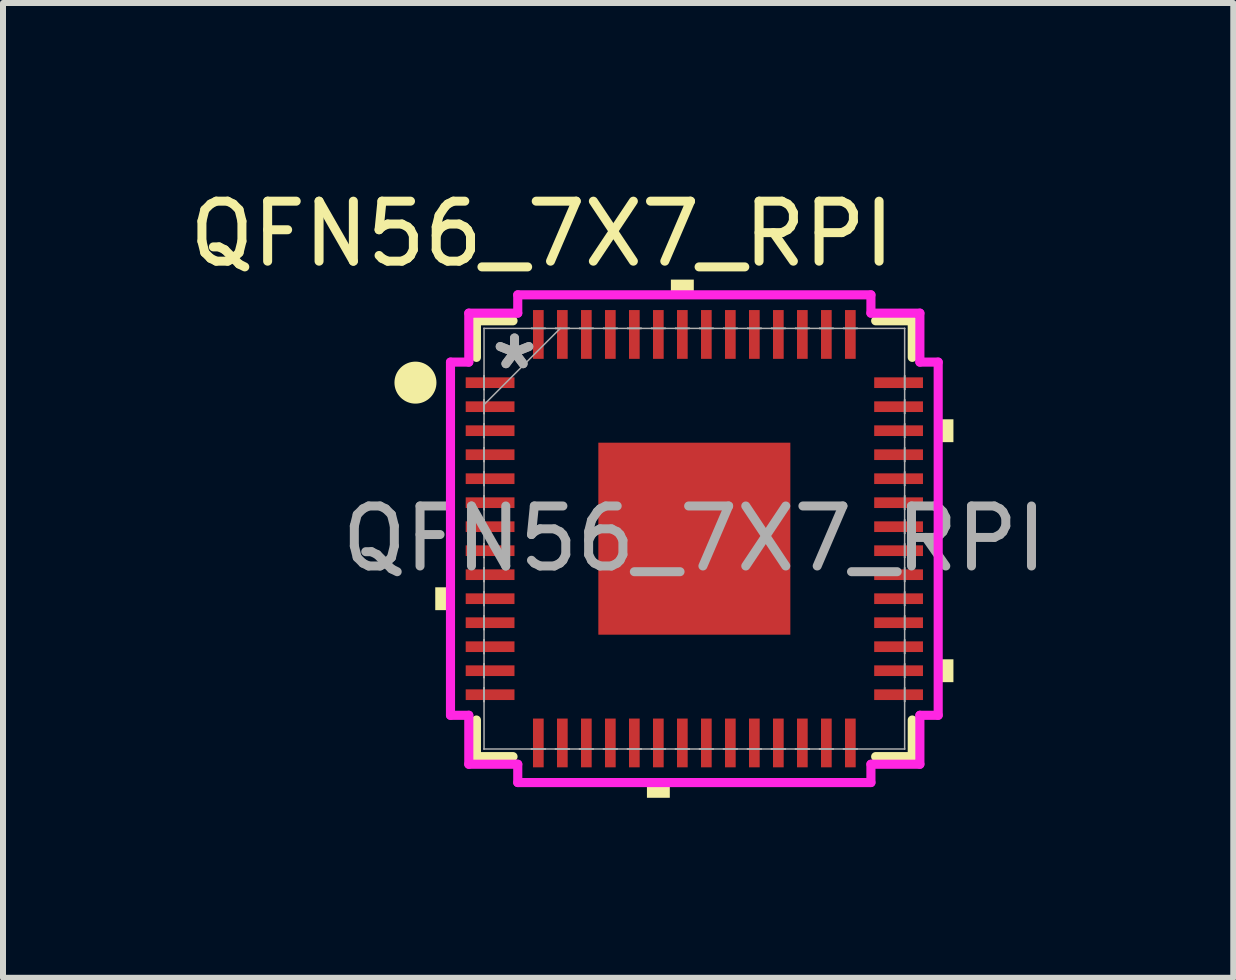
<source format=kicad_pcb>
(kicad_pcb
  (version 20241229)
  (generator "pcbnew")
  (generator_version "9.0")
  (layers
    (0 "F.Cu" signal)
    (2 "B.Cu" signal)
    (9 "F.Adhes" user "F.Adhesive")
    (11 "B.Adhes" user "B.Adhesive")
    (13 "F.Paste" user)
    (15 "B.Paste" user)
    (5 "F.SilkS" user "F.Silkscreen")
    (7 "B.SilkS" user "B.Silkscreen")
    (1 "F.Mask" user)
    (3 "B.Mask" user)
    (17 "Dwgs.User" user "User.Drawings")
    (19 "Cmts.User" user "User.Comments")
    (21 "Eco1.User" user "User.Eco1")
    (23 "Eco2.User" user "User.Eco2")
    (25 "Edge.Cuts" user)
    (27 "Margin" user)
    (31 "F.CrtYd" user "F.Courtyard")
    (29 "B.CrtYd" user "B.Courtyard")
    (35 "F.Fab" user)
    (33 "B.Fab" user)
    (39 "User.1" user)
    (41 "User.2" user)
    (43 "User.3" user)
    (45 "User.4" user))
  (footprint "QFN56_7X7_RPI"
    (layer "F.Cu")
    (at 8.522 5.928)
    (property "Reference" "QFN56_7X7_RPI" (at -2.54 -5.08 0) (unlocked yes) (layer "F.SilkS") (effects (font (size 1 1) (thickness 0.15))))
    (attr smd)
    (fp_line (start -3.632 -3.632) (end -3.632 -3.022) (stroke (width 0.152) (type solid)) (layer "F.SilkS"))
    (fp_line (start -3.632 3.022) (end -3.632 3.632) (stroke (width 0.152) (type solid)) (layer "F.SilkS"))
    (fp_line (start -3.632 3.632) (end -3.022 3.632) (stroke (width 0.152) (type solid)) (layer "F.SilkS"))
    (fp_line (start -3.022 -3.632) (end -3.632 -3.632) (stroke (width 0.152) (type solid)) (layer "F.SilkS"))
    (fp_line (start 3.022 3.632) (end 3.632 3.632) (stroke (width 0.152) (type solid)) (layer "F.SilkS"))
    (fp_line (start 3.632 -3.632) (end 3.022 -3.632) (stroke (width 0.152) (type solid)) (layer "F.SilkS"))
    (fp_line (start 3.632 -3.022) (end 3.632 -3.632) (stroke (width 0.152) (type solid)) (layer "F.SilkS"))
    (fp_line (start 3.632 3.632) (end 3.632 3.022) (stroke (width 0.152) (type solid)) (layer "F.SilkS"))
    (fp_circle (center -4.648 -2.601) (end -4.348 -2.601) (stroke (width 0.1) (type solid)) (fill yes) (layer "F.SilkS"))
    (fp_poly (pts (xy -4.318 0.81) (xy -4.318 1.191) (xy -4.064 1.191) (xy -4.064 0.81)) (stroke (width 0) (type solid)) (fill yes) (layer "F.SilkS"))
    (fp_poly (pts (xy -0.79 4.064) (xy -0.79 4.318) (xy -0.409 4.318) (xy -0.409 4.064)) (stroke (width 0) (type solid)) (fill yes) (layer "F.SilkS"))
    (fp_poly (pts (xy -0.391 -4.064) (xy -0.391 -4.318) (xy -0.009 -4.318) (xy -0.009 -4.064)) (stroke (width 0) (type solid)) (fill yes) (layer "F.SilkS"))
    (fp_poly (pts (xy 4.318 -1.99) (xy 4.318 -1.609) (xy 4.064 -1.609) (xy 4.064 -1.99)) (stroke (width 0) (type solid)) (fill yes) (layer "F.SilkS"))
    (fp_poly (pts (xy 4.318 2.01) (xy 4.318 2.391) (xy 4.064 2.391) (xy 4.064 2.01)) (stroke (width 0) (type solid)) (fill yes) (layer "F.SilkS"))
    (fp_poly (pts (xy -1.5 -1.5) (xy -1.5 -0.1) (xy -0.1 -0.1) (xy -0.1 -1.5)) (stroke (width 0) (type solid)) (fill yes) (layer "F.Paste"))
    (fp_poly (pts (xy -1.5 0.1) (xy -1.5 1.5) (xy -0.1 1.5) (xy -0.1 0.1)) (stroke (width 0) (type solid)) (fill yes) (layer "F.Paste"))
    (fp_poly (pts (xy 0.1 -1.5) (xy 0.1 -0.1) (xy 1.5 -0.1) (xy 1.5 -1.5)) (stroke (width 0) (type solid)) (fill yes) (layer "F.Paste"))
    (fp_poly (pts (xy 0.1 0.1) (xy 0.1 1.5) (xy 1.5 1.5) (xy 1.5 0.1)) (stroke (width 0) (type solid)) (fill yes) (layer "F.Paste"))
    (fp_line (start -4.064 -2.943) (end -3.759 -2.943) (stroke (width 0.152) (type solid)) (layer "F.CrtYd"))
    (fp_line (start -4.064 2.943) (end -4.064 -2.943) (stroke (width 0.152) (type solid)) (layer "F.CrtYd"))
    (fp_line (start -3.759 -3.759) (end -2.943 -3.759) (stroke (width 0.152) (type solid)) (layer "F.CrtYd"))
    (fp_line (start -3.759 -2.943) (end -3.759 -3.759) (stroke (width 0.152) (type solid)) (layer "F.CrtYd"))
    (fp_line (start -3.759 2.943) (end -4.064 2.943) (stroke (width 0.152) (type solid)) (layer "F.CrtYd"))
    (fp_line (start -3.759 3.759) (end -3.759 2.943) (stroke (width 0.152) (type solid)) (layer "F.CrtYd"))
    (fp_line (start -2.943 -4.064) (end 2.943 -4.064) (stroke (width 0.152) (type solid)) (layer "F.CrtYd"))
    (fp_line (start -2.943 -3.759) (end -2.943 -4.064) (stroke (width 0.152) (type solid)) (layer "F.CrtYd"))
    (fp_line (start -2.943 3.759) (end -3.759 3.759) (stroke (width 0.152) (type solid)) (layer "F.CrtYd"))
    (fp_line (start -2.943 4.064) (end -2.943 3.759) (stroke (width 0.152) (type solid)) (layer "F.CrtYd"))
    (fp_line (start 2.943 -4.064) (end 2.943 -3.759) (stroke (width 0.152) (type solid)) (layer "F.CrtYd"))
    (fp_line (start 2.943 -3.759) (end 3.759 -3.759) (stroke (width 0.152) (type solid)) (layer "F.CrtYd"))
    (fp_line (start 2.943 3.759) (end 2.943 4.064) (stroke (width 0.152) (type solid)) (layer "F.CrtYd"))
    (fp_line (start 2.943 4.064) (end -2.943 4.064) (stroke (width 0.152) (type solid)) (layer "F.CrtYd"))
    (fp_line (start 3.759 -3.759) (end 3.759 -2.943) (stroke (width 0.152) (type solid)) (layer "F.CrtYd"))
    (fp_line (start 3.759 -2.943) (end 4.064 -2.943) (stroke (width 0.152) (type solid)) (layer "F.CrtYd"))
    (fp_line (start 3.759 2.943) (end 3.759 3.759) (stroke (width 0.152) (type solid)) (layer "F.CrtYd"))
    (fp_line (start 3.759 3.759) (end 2.943 3.759) (stroke (width 0.152) (type solid)) (layer "F.CrtYd"))
    (fp_line (start 4.064 -2.943) (end 4.064 2.943) (stroke (width 0.152) (type solid)) (layer "F.CrtYd"))
    (fp_line (start 4.064 2.943) (end 3.759 2.943) (stroke (width 0.152) (type solid)) (layer "F.CrtYd"))
    (fp_line (start -3.505 -3.505) (end -3.505 -3.505) (stroke (width 0.025) (type solid)) (layer "F.Fab"))
    (fp_line (start -3.505 -3.505) (end -3.505 3.505) (stroke (width 0.025) (type solid)) (layer "F.Fab"))
    (fp_line (start -3.505 -2.714) (end -3.505 -2.714) (stroke (width 0.025) (type solid)) (layer "F.Fab"))
    (fp_line (start -3.505 -2.714) (end -3.505 -2.486) (stroke (width 0.025) (type solid)) (layer "F.Fab"))
    (fp_line (start -3.505 -2.486) (end -3.505 -2.714) (stroke (width 0.025) (type solid)) (layer "F.Fab"))
    (fp_line (start -3.505 -2.486) (end -3.505 -2.486) (stroke (width 0.025) (type solid)) (layer "F.Fab"))
    (fp_line (start -3.505 -2.314) (end -3.505 -2.314) (stroke (width 0.025) (type solid)) (layer "F.Fab"))
    (fp_line (start -3.505 -2.314) (end -3.505 -2.086) (stroke (width 0.025) (type solid)) (layer "F.Fab"))
    (fp_line (start -3.505 -2.235) (end -2.235 -3.505) (stroke (width 0.025) (type solid)) (layer "F.Fab"))
    (fp_line (start -3.505 -2.086) (end -3.505 -2.314) (stroke (width 0.025) (type solid)) (layer "F.Fab"))
    (fp_line (start -3.505 -2.086) (end -3.505 -2.086) (stroke (width 0.025) (type solid)) (layer "F.Fab"))
    (fp_line (start -3.505 -1.914) (end -3.505 -1.914) (stroke (width 0.025) (type solid)) (layer "F.Fab"))
    (fp_line (start -3.505 -1.914) (end -3.505 -1.686) (stroke (width 0.025) (type solid)) (layer "F.Fab"))
    (fp_line (start -3.505 -1.686) (end -3.505 -1.914) (stroke (width 0.025) (type solid)) (layer "F.Fab"))
    (fp_line (start -3.505 -1.686) (end -3.505 -1.686) (stroke (width 0.025) (type solid)) (layer "F.Fab"))
    (fp_line (start -3.505 -1.514) (end -3.505 -1.514) (stroke (width 0.025) (type solid)) (layer "F.Fab"))
    (fp_line (start -3.505 -1.514) (end -3.505 -1.286) (stroke (width 0.025) (type solid)) (layer "F.Fab"))
    (fp_line (start -3.505 -1.286) (end -3.505 -1.514) (stroke (width 0.025) (type solid)) (layer "F.Fab"))
    (fp_line (start -3.505 -1.286) (end -3.505 -1.286) (stroke (width 0.025) (type solid)) (layer "F.Fab"))
    (fp_line (start -3.505 -1.114) (end -3.505 -1.114) (stroke (width 0.025) (type solid)) (layer "F.Fab"))
    (fp_line (start -3.505 -1.114) (end -3.505 -0.886) (stroke (width 0.025) (type solid)) (layer "F.Fab"))
    (fp_line (start -3.505 -0.886) (end -3.505 -1.114) (stroke (width 0.025) (type solid)) (layer "F.Fab"))
    (fp_line (start -3.505 -0.886) (end -3.505 -0.886) (stroke (width 0.025) (type solid)) (layer "F.Fab"))
    (fp_line (start -3.505 -0.714) (end -3.505 -0.714) (stroke (width 0.025) (type solid)) (layer "F.Fab"))
    (fp_line (start -3.505 -0.714) (end -3.505 -0.486) (stroke (width 0.025) (type solid)) (layer "F.Fab"))
    (fp_line (start -3.505 -0.486) (end -3.505 -0.714) (stroke (width 0.025) (type solid)) (layer "F.Fab"))
    (fp_line (start -3.505 -0.486) (end -3.505 -0.486) (stroke (width 0.025) (type solid)) (layer "F.Fab"))
    (fp_line (start -3.505 -0.314) (end -3.505 -0.314) (stroke (width 0.025) (type solid)) (layer "F.Fab"))
    (fp_line (start -3.505 -0.314) (end -3.505 -0.086) (stroke (width 0.025) (type solid)) (layer "F.Fab"))
    (fp_line (start -3.505 -0.086) (end -3.505 -0.314) (stroke (width 0.025) (type solid)) (layer "F.Fab"))
    (fp_line (start -3.505 -0.086) (end -3.505 -0.086) (stroke (width 0.025) (type solid)) (layer "F.Fab"))
    (fp_line (start -3.505 0.086) (end -3.505 0.086) (stroke (width 0.025) (type solid)) (layer "F.Fab"))
    (fp_line (start -3.505 0.086) (end -3.505 0.314) (stroke (width 0.025) (type solid)) (layer "F.Fab"))
    (fp_line (start -3.505 0.314) (end -3.505 0.086) (stroke (width 0.025) (type solid)) (layer "F.Fab"))
    (fp_line (start -3.505 0.314) (end -3.505 0.314) (stroke (width 0.025) (type solid)) (layer "F.Fab"))
    (fp_line (start -3.505 0.486) (end -3.505 0.486) (stroke (width 0.025) (type solid)) (layer "F.Fab"))
    (fp_line (start -3.505 0.486) (end -3.505 0.714) (stroke (width 0.025) (type solid)) (layer "F.Fab"))
    (fp_line (start -3.505 0.714) (end -3.505 0.486) (stroke (width 0.025) (type solid)) (layer "F.Fab"))
    (fp_line (start -3.505 0.714) (end -3.505 0.714) (stroke (width 0.025) (type solid)) (layer "F.Fab"))
    (fp_line (start -3.505 0.886) (end -3.505 0.886) (stroke (width 0.025) (type solid)) (layer "F.Fab"))
    (fp_line (start -3.505 0.886) (end -3.505 1.114) (stroke (width 0.025) (type solid)) (layer "F.Fab"))
    (fp_line (start -3.505 1.114) (end -3.505 0.886) (stroke (width 0.025) (type solid)) (layer "F.Fab"))
    (fp_line (start -3.505 1.114) (end -3.505 1.114) (stroke (width 0.025) (type solid)) (layer "F.Fab"))
    (fp_line (start -3.505 1.286) (end -3.505 1.286) (stroke (width 0.025) (type solid)) (layer "F.Fab"))
    (fp_line (start -3.505 1.286) (end -3.505 1.514) (stroke (width 0.025) (type solid)) (layer "F.Fab"))
    (fp_line (start -3.505 1.514) (end -3.505 1.286) (stroke (width 0.025) (type solid)) (layer "F.Fab"))
    (fp_line (start -3.505 1.514) (end -3.505 1.514) (stroke (width 0.025) (type solid)) (layer "F.Fab"))
    (fp_line (start -3.505 1.686) (end -3.505 1.686) (stroke (width 0.025) (type solid)) (layer "F.Fab"))
    (fp_line (start -3.505 1.686) (end -3.505 1.914) (stroke (width 0.025) (type solid)) (layer "F.Fab"))
    (fp_line (start -3.505 1.914) (end -3.505 1.686) (stroke (width 0.025) (type solid)) (layer "F.Fab"))
    (fp_line (start -3.505 1.914) (end -3.505 1.914) (stroke (width 0.025) (type solid)) (layer "F.Fab"))
    (fp_line (start -3.505 2.086) (end -3.505 2.086) (stroke (width 0.025) (type solid)) (layer "F.Fab"))
    (fp_line (start -3.505 2.086) (end -3.505 2.314) (stroke (width 0.025) (type solid)) (layer "F.Fab"))
    (fp_line (start -3.505 2.314) (end -3.505 2.086) (stroke (width 0.025) (type solid)) (layer "F.Fab"))
    (fp_line (start -3.505 2.314) (end -3.505 2.314) (stroke (width 0.025) (type solid)) (layer "F.Fab"))
    (fp_line (start -3.505 2.486) (end -3.505 2.486) (stroke (width 0.025) (type solid)) (layer "F.Fab"))
    (fp_line (start -3.505 2.486) (end -3.505 2.714) (stroke (width 0.025) (type solid)) (layer "F.Fab"))
    (fp_line (start -3.505 2.714) (end -3.505 2.486) (stroke (width 0.025) (type solid)) (layer "F.Fab"))
    (fp_line (start -3.505 2.714) (end -3.505 2.714) (stroke (width 0.025) (type solid)) (layer "F.Fab"))
    (fp_line (start -3.505 3.505) (end -3.505 3.505) (stroke (width 0.025) (type solid)) (layer "F.Fab"))
    (fp_line (start -3.505 3.505) (end 3.505 3.505) (stroke (width 0.025) (type solid)) (layer "F.Fab"))
    (fp_line (start -2.714 -3.505) (end -2.714 -3.505) (stroke (width 0.025) (type solid)) (layer "F.Fab"))
    (fp_line (start -2.714 -3.505) (end -2.486 -3.505) (stroke (width 0.025) (type solid)) (layer "F.Fab"))
    (fp_line (start -2.714 3.505) (end -2.714 3.505) (stroke (width 0.025) (type solid)) (layer "F.Fab"))
    (fp_line (start -2.714 3.505) (end -2.486 3.505) (stroke (width 0.025) (type solid)) (layer "F.Fab"))
    (fp_line (start -2.486 -3.505) (end -2.714 -3.505) (stroke (width 0.025) (type solid)) (layer "F.Fab"))
    (fp_line (start -2.486 -3.505) (end -2.486 -3.505) (stroke (width 0.025) (type solid)) (layer "F.Fab"))
    (fp_line (start -2.486 3.505) (end -2.714 3.505) (stroke (width 0.025) (type solid)) (layer "F.Fab"))
    (fp_line (start -2.486 3.505) (end -2.486 3.505) (stroke (width 0.025) (type solid)) (layer "F.Fab"))
    (fp_line (start -2.314 -3.505) (end -2.314 -3.505) (stroke (width 0.025) (type solid)) (layer "F.Fab"))
    (fp_line (start -2.314 -3.505) (end -2.086 -3.505) (stroke (width 0.025) (type solid)) (layer "F.Fab"))
    (fp_line (start -2.314 3.505) (end -2.314 3.505) (stroke (width 0.025) (type solid)) (layer "F.Fab"))
    (fp_line (start -2.314 3.505) (end -2.086 3.505) (stroke (width 0.025) (type solid)) (layer "F.Fab"))
    (fp_line (start -2.086 -3.505) (end -2.314 -3.505) (stroke (width 0.025) (type solid)) (layer "F.Fab"))
    (fp_line (start -2.086 -3.505) (end -2.086 -3.505) (stroke (width 0.025) (type solid)) (layer "F.Fab"))
    (fp_line (start -2.086 3.505) (end -2.314 3.505) (stroke (width 0.025) (type solid)) (layer "F.Fab"))
    (fp_line (start -2.086 3.505) (end -2.086 3.505) (stroke (width 0.025) (type solid)) (layer "F.Fab"))
    (fp_line (start -1.914 -3.505) (end -1.914 -3.505) (stroke (width 0.025) (type solid)) (layer "F.Fab"))
    (fp_line (start -1.914 -3.505) (end -1.686 -3.505) (stroke (width 0.025) (type solid)) (layer "F.Fab"))
    (fp_line (start -1.914 3.505) (end -1.914 3.505) (stroke (width 0.025) (type solid)) (layer "F.Fab"))
    (fp_line (start -1.914 3.505) (end -1.686 3.505) (stroke (width 0.025) (type solid)) (layer "F.Fab"))
    (fp_line (start -1.686 -3.505) (end -1.914 -3.505) (stroke (width 0.025) (type solid)) (layer "F.Fab"))
    (fp_line (start -1.686 -3.505) (end -1.686 -3.505) (stroke (width 0.025) (type solid)) (layer "F.Fab"))
    (fp_line (start -1.686 3.505) (end -1.914 3.505) (stroke (width 0.025) (type solid)) (layer "F.Fab"))
    (fp_line (start -1.686 3.505) (end -1.686 3.505) (stroke (width 0.025) (type solid)) (layer "F.Fab"))
    (fp_line (start -1.514 -3.505) (end -1.514 -3.505) (stroke (width 0.025) (type solid)) (layer "F.Fab"))
    (fp_line (start -1.514 -3.505) (end -1.286 -3.505) (stroke (width 0.025) (type solid)) (layer "F.Fab"))
    (fp_line (start -1.514 3.505) (end -1.514 3.505) (stroke (width 0.025) (type solid)) (layer "F.Fab"))
    (fp_line (start -1.514 3.505) (end -1.286 3.505) (stroke (width 0.025) (type solid)) (layer "F.Fab"))
    (fp_line (start -1.286 -3.505) (end -1.514 -3.505) (stroke (width 0.025) (type solid)) (layer "F.Fab"))
    (fp_line (start -1.286 -3.505) (end -1.286 -3.505) (stroke (width 0.025) (type solid)) (layer "F.Fab"))
    (fp_line (start -1.286 3.505) (end -1.514 3.505) (stroke (width 0.025) (type solid)) (layer "F.Fab"))
    (fp_line (start -1.286 3.505) (end -1.286 3.505) (stroke (width 0.025) (type solid)) (layer "F.Fab"))
    (fp_line (start -1.114 -3.505) (end -1.114 -3.505) (stroke (width 0.025) (type solid)) (layer "F.Fab"))
    (fp_line (start -1.114 -3.505) (end -0.886 -3.505) (stroke (width 0.025) (type solid)) (layer "F.Fab"))
    (fp_line (start -1.114 3.505) (end -1.114 3.505) (stroke (width 0.025) (type solid)) (layer "F.Fab"))
    (fp_line (start -1.114 3.505) (end -0.886 3.505) (stroke (width 0.025) (type solid)) (layer "F.Fab"))
    (fp_line (start -0.886 -3.505) (end -1.114 -3.505) (stroke (width 0.025) (type solid)) (layer "F.Fab"))
    (fp_line (start -0.886 -3.505) (end -0.886 -3.505) (stroke (width 0.025) (type solid)) (layer "F.Fab"))
    (fp_line (start -0.886 3.505) (end -1.114 3.505) (stroke (width 0.025) (type solid)) (layer "F.Fab"))
    (fp_line (start -0.886 3.505) (end -0.886 3.505) (stroke (width 0.025) (type solid)) (layer "F.Fab"))
    (fp_line (start -0.714 -3.505) (end -0.714 -3.505) (stroke (width 0.025) (type solid)) (layer "F.Fab"))
    (fp_line (start -0.714 -3.505) (end -0.486 -3.505) (stroke (width 0.025) (type solid)) (layer "F.Fab"))
    (fp_line (start -0.714 3.505) (end -0.714 3.505) (stroke (width 0.025) (type solid)) (layer "F.Fab"))
    (fp_line (start -0.714 3.505) (end -0.486 3.505) (stroke (width 0.025) (type solid)) (layer "F.Fab"))
    (fp_line (start -0.486 -3.505) (end -0.714 -3.505) (stroke (width 0.025) (type solid)) (layer "F.Fab"))
    (fp_line (start -0.486 -3.505) (end -0.486 -3.505) (stroke (width 0.025) (type solid)) (layer "F.Fab"))
    (fp_line (start -0.486 3.505) (end -0.714 3.505) (stroke (width 0.025) (type solid)) (layer "F.Fab"))
    (fp_line (start -0.486 3.505) (end -0.486 3.505) (stroke (width 0.025) (type solid)) (layer "F.Fab"))
    (fp_line (start -0.314 -3.505) (end -0.314 -3.505) (stroke (width 0.025) (type solid)) (layer "F.Fab"))
    (fp_line (start -0.314 -3.505) (end -0.086 -3.505) (stroke (width 0.025) (type solid)) (layer "F.Fab"))
    (fp_line (start -0.314 3.505) (end -0.314 3.505) (stroke (width 0.025) (type solid)) (layer "F.Fab"))
    (fp_line (start -0.314 3.505) (end -0.086 3.505) (stroke (width 0.025) (type solid)) (layer "F.Fab"))
    (fp_line (start -0.086 -3.505) (end -0.314 -3.505) (stroke (width 0.025) (type solid)) (layer "F.Fab"))
    (fp_line (start -0.086 -3.505) (end -0.086 -3.505) (stroke (width 0.025) (type solid)) (layer "F.Fab"))
    (fp_line (start -0.086 3.505) (end -0.314 3.505) (stroke (width 0.025) (type solid)) (layer "F.Fab"))
    (fp_line (start -0.086 3.505) (end -0.086 3.505) (stroke (width 0.025) (type solid)) (layer "F.Fab"))
    (fp_line (start 0.086 -3.505) (end 0.086 -3.505) (stroke (width 0.025) (type solid)) (layer "F.Fab"))
    (fp_line (start 0.086 -3.505) (end 0.314 -3.505) (stroke (width 0.025) (type solid)) (layer "F.Fab"))
    (fp_line (start 0.086 3.505) (end 0.086 3.505) (stroke (width 0.025) (type solid)) (layer "F.Fab"))
    (fp_line (start 0.086 3.505) (end 0.314 3.505) (stroke (width 0.025) (type solid)) (layer "F.Fab"))
    (fp_line (start 0.314 -3.505) (end 0.086 -3.505) (stroke (width 0.025) (type solid)) (layer "F.Fab"))
    (fp_line (start 0.314 -3.505) (end 0.314 -3.505) (stroke (width 0.025) (type solid)) (layer "F.Fab"))
    (fp_line (start 0.314 3.505) (end 0.086 3.505) (stroke (width 0.025) (type solid)) (layer "F.Fab"))
    (fp_line (start 0.314 3.505) (end 0.314 3.505) (stroke (width 0.025) (type solid)) (layer "F.Fab"))
    (fp_line (start 0.486 -3.505) (end 0.486 -3.505) (stroke (width 0.025) (type solid)) (layer "F.Fab"))
    (fp_line (start 0.486 -3.505) (end 0.714 -3.505) (stroke (width 0.025) (type solid)) (layer "F.Fab"))
    (fp_line (start 0.486 3.505) (end 0.486 3.505) (stroke (width 0.025) (type solid)) (layer "F.Fab"))
    (fp_line (start 0.486 3.505) (end 0.714 3.505) (stroke (width 0.025) (type solid)) (layer "F.Fab"))
    (fp_line (start 0.714 -3.505) (end 0.486 -3.505) (stroke (width 0.025) (type solid)) (layer "F.Fab"))
    (fp_line (start 0.714 -3.505) (end 0.714 -3.505) (stroke (width 0.025) (type solid)) (layer "F.Fab"))
    (fp_line (start 0.714 3.505) (end 0.486 3.505) (stroke (width 0.025) (type solid)) (layer "F.Fab"))
    (fp_line (start 0.714 3.505) (end 0.714 3.505) (stroke (width 0.025) (type solid)) (layer "F.Fab"))
    (fp_line (start 0.886 -3.505) (end 0.886 -3.505) (stroke (width 0.025) (type solid)) (layer "F.Fab"))
    (fp_line (start 0.886 -3.505) (end 1.114 -3.505) (stroke (width 0.025) (type solid)) (layer "F.Fab"))
    (fp_line (start 0.886 3.505) (end 0.886 3.505) (stroke (width 0.025) (type solid)) (layer "F.Fab"))
    (fp_line (start 0.886 3.505) (end 1.114 3.505) (stroke (width 0.025) (type solid)) (layer "F.Fab"))
    (fp_line (start 1.114 -3.505) (end 0.886 -3.505) (stroke (width 0.025) (type solid)) (layer "F.Fab"))
    (fp_line (start 1.114 -3.505) (end 1.114 -3.505) (stroke (width 0.025) (type solid)) (layer "F.Fab"))
    (fp_line (start 1.114 3.505) (end 0.886 3.505) (stroke (width 0.025) (type solid)) (layer "F.Fab"))
    (fp_line (start 1.114 3.505) (end 1.114 3.505) (stroke (width 0.025) (type solid)) (layer "F.Fab"))
    (fp_line (start 1.286 -3.505) (end 1.286 -3.505) (stroke (width 0.025) (type solid)) (layer "F.Fab"))
    (fp_line (start 1.286 -3.505) (end 1.514 -3.505) (stroke (width 0.025) (type solid)) (layer "F.Fab"))
    (fp_line (start 1.286 3.505) (end 1.286 3.505) (stroke (width 0.025) (type solid)) (layer "F.Fab"))
    (fp_line (start 1.286 3.505) (end 1.514 3.505) (stroke (width 0.025) (type solid)) (layer "F.Fab"))
    (fp_line (start 1.514 -3.505) (end 1.286 -3.505) (stroke (width 0.025) (type solid)) (layer "F.Fab"))
    (fp_line (start 1.514 -3.505) (end 1.514 -3.505) (stroke (width 0.025) (type solid)) (layer "F.Fab"))
    (fp_line (start 1.514 3.505) (end 1.286 3.505) (stroke (width 0.025) (type solid)) (layer "F.Fab"))
    (fp_line (start 1.514 3.505) (end 1.514 3.505) (stroke (width 0.025) (type solid)) (layer "F.Fab"))
    (fp_line (start 1.686 -3.505) (end 1.686 -3.505) (stroke (width 0.025) (type solid)) (layer "F.Fab"))
    (fp_line (start 1.686 -3.505) (end 1.914 -3.505) (stroke (width 0.025) (type solid)) (layer "F.Fab"))
    (fp_line (start 1.686 3.505) (end 1.686 3.505) (stroke (width 0.025) (type solid)) (layer "F.Fab"))
    (fp_line (start 1.686 3.505) (end 1.914 3.505) (stroke (width 0.025) (type solid)) (layer "F.Fab"))
    (fp_line (start 1.914 -3.505) (end 1.686 -3.505) (stroke (width 0.025) (type solid)) (layer "F.Fab"))
    (fp_line (start 1.914 -3.505) (end 1.914 -3.505) (stroke (width 0.025) (type solid)) (layer "F.Fab"))
    (fp_line (start 1.914 3.505) (end 1.686 3.505) (stroke (width 0.025) (type solid)) (layer "F.Fab"))
    (fp_line (start 1.914 3.505) (end 1.914 3.505) (stroke (width 0.025) (type solid)) (layer "F.Fab"))
    (fp_line (start 2.086 -3.505) (end 2.086 -3.505) (stroke (width 0.025) (type solid)) (layer "F.Fab"))
    (fp_line (start 2.086 -3.505) (end 2.314 -3.505) (stroke (width 0.025) (type solid)) (layer "F.Fab"))
    (fp_line (start 2.086 3.505) (end 2.086 3.505) (stroke (width 0.025) (type solid)) (layer "F.Fab"))
    (fp_line (start 2.086 3.505) (end 2.314 3.505) (stroke (width 0.025) (type solid)) (layer "F.Fab"))
    (fp_line (start 2.314 -3.505) (end 2.086 -3.505) (stroke (width 0.025) (type solid)) (layer "F.Fab"))
    (fp_line (start 2.314 -3.505) (end 2.314 -3.505) (stroke (width 0.025) (type solid)) (layer "F.Fab"))
    (fp_line (start 2.314 3.505) (end 2.086 3.505) (stroke (width 0.025) (type solid)) (layer "F.Fab"))
    (fp_line (start 2.314 3.505) (end 2.314 3.505) (stroke (width 0.025) (type solid)) (layer "F.Fab"))
    (fp_line (start 2.486 -3.505) (end 2.486 -3.505) (stroke (width 0.025) (type solid)) (layer "F.Fab"))
    (fp_line (start 2.486 -3.505) (end 2.714 -3.505) (stroke (width 0.025) (type solid)) (layer "F.Fab"))
    (fp_line (start 2.486 3.505) (end 2.486 3.505) (stroke (width 0.025) (type solid)) (layer "F.Fab"))
    (fp_line (start 2.486 3.505) (end 2.714 3.505) (stroke (width 0.025) (type solid)) (layer "F.Fab"))
    (fp_line (start 2.714 -3.505) (end 2.486 -3.505) (stroke (width 0.025) (type solid)) (layer "F.Fab"))
    (fp_line (start 2.714 -3.505) (end 2.714 -3.505) (stroke (width 0.025) (type solid)) (layer "F.Fab"))
    (fp_line (start 2.714 3.505) (end 2.486 3.505) (stroke (width 0.025) (type solid)) (layer "F.Fab"))
    (fp_line (start 2.714 3.505) (end 2.714 3.505) (stroke (width 0.025) (type solid)) (layer "F.Fab"))
    (fp_line (start 3.505 -3.505) (end -3.505 -3.505) (stroke (width 0.025) (type solid)) (layer "F.Fab"))
    (fp_line (start 3.505 -3.505) (end 3.505 -3.505) (stroke (width 0.025) (type solid)) (layer "F.Fab"))
    (fp_line (start 3.505 -2.714) (end 3.505 -2.714) (stroke (width 0.025) (type solid)) (layer "F.Fab"))
    (fp_line (start 3.505 -2.714) (end 3.505 -2.486) (stroke (width 0.025) (type solid)) (layer "F.Fab"))
    (fp_line (start 3.505 -2.486) (end 3.505 -2.714) (stroke (width 0.025) (type solid)) (layer "F.Fab"))
    (fp_line (start 3.505 -2.486) (end 3.505 -2.486) (stroke (width 0.025) (type solid)) (layer "F.Fab"))
    (fp_line (start 3.505 -2.314) (end 3.505 -2.314) (stroke (width 0.025) (type solid)) (layer "F.Fab"))
    (fp_line (start 3.505 -2.314) (end 3.505 -2.086) (stroke (width 0.025) (type solid)) (layer "F.Fab"))
    (fp_line (start 3.505 -2.086) (end 3.505 -2.314) (stroke (width 0.025) (type solid)) (layer "F.Fab"))
    (fp_line (start 3.505 -2.086) (end 3.505 -2.086) (stroke (width 0.025) (type solid)) (layer "F.Fab"))
    (fp_line (start 3.505 -1.914) (end 3.505 -1.914) (stroke (width 0.025) (type solid)) (layer "F.Fab"))
    (fp_line (start 3.505 -1.914) (end 3.505 -1.686) (stroke (width 0.025) (type solid)) (layer "F.Fab"))
    (fp_line (start 3.505 -1.686) (end 3.505 -1.914) (stroke (width 0.025) (type solid)) (layer "F.Fab"))
    (fp_line (start 3.505 -1.686) (end 3.505 -1.686) (stroke (width 0.025) (type solid)) (layer "F.Fab"))
    (fp_line (start 3.505 -1.514) (end 3.505 -1.514) (stroke (width 0.025) (type solid)) (layer "F.Fab"))
    (fp_line (start 3.505 -1.514) (end 3.505 -1.286) (stroke (width 0.025) (type solid)) (layer "F.Fab"))
    (fp_line (start 3.505 -1.286) (end 3.505 -1.514) (stroke (width 0.025) (type solid)) (layer "F.Fab"))
    (fp_line (start 3.505 -1.286) (end 3.505 -1.286) (stroke (width 0.025) (type solid)) (layer "F.Fab"))
    (fp_line (start 3.505 -1.114) (end 3.505 -1.114) (stroke (width 0.025) (type solid)) (layer "F.Fab"))
    (fp_line (start 3.505 -1.114) (end 3.505 -0.886) (stroke (width 0.025) (type solid)) (layer "F.Fab"))
    (fp_line (start 3.505 -0.886) (end 3.505 -1.114) (stroke (width 0.025) (type solid)) (layer "F.Fab"))
    (fp_line (start 3.505 -0.886) (end 3.505 -0.886) (stroke (width 0.025) (type solid)) (layer "F.Fab"))
    (fp_line (start 3.505 -0.714) (end 3.505 -0.714) (stroke (width 0.025) (type solid)) (layer "F.Fab"))
    (fp_line (start 3.505 -0.714) (end 3.505 -0.486) (stroke (width 0.025) (type solid)) (layer "F.Fab"))
    (fp_line (start 3.505 -0.486) (end 3.505 -0.714) (stroke (width 0.025) (type solid)) (layer "F.Fab"))
    (fp_line (start 3.505 -0.486) (end 3.505 -0.486) (stroke (width 0.025) (type solid)) (layer "F.Fab"))
    (fp_line (start 3.505 -0.314) (end 3.505 -0.314) (stroke (width 0.025) (type solid)) (layer "F.Fab"))
    (fp_line (start 3.505 -0.314) (end 3.505 -0.086) (stroke (width 0.025) (type solid)) (layer "F.Fab"))
    (fp_line (start 3.505 -0.086) (end 3.505 -0.314) (stroke (width 0.025) (type solid)) (layer "F.Fab"))
    (fp_line (start 3.505 -0.086) (end 3.505 -0.086) (stroke (width 0.025) (type solid)) (layer "F.Fab"))
    (fp_line (start 3.505 0.086) (end 3.505 0.086) (stroke (width 0.025) (type solid)) (layer "F.Fab"))
    (fp_line (start 3.505 0.086) (end 3.505 0.314) (stroke (width 0.025) (type solid)) (layer "F.Fab"))
    (fp_line (start 3.505 0.314) (end 3.505 0.086) (stroke (width 0.025) (type solid)) (layer "F.Fab"))
    (fp_line (start 3.505 0.314) (end 3.505 0.314) (stroke (width 0.025) (type solid)) (layer "F.Fab"))
    (fp_line (start 3.505 0.486) (end 3.505 0.486) (stroke (width 0.025) (type solid)) (layer "F.Fab"))
    (fp_line (start 3.505 0.486) (end 3.505 0.714) (stroke (width 0.025) (type solid)) (layer "F.Fab"))
    (fp_line (start 3.505 0.714) (end 3.505 0.486) (stroke (width 0.025) (type solid)) (layer "F.Fab"))
    (fp_line (start 3.505 0.714) (end 3.505 0.714) (stroke (width 0.025) (type solid)) (layer "F.Fab"))
    (fp_line (start 3.505 0.886) (end 3.505 0.886) (stroke (width 0.025) (type solid)) (layer "F.Fab"))
    (fp_line (start 3.505 0.886) (end 3.505 1.114) (stroke (width 0.025) (type solid)) (layer "F.Fab"))
    (fp_line (start 3.505 1.114) (end 3.505 0.886) (stroke (width 0.025) (type solid)) (layer "F.Fab"))
    (fp_line (start 3.505 1.114) (end 3.505 1.114) (stroke (width 0.025) (type solid)) (layer "F.Fab"))
    (fp_line (start 3.505 1.286) (end 3.505 1.286) (stroke (width 0.025) (type solid)) (layer "F.Fab"))
    (fp_line (start 3.505 1.286) (end 3.505 1.514) (stroke (width 0.025) (type solid)) (layer "F.Fab"))
    (fp_line (start 3.505 1.514) (end 3.505 1.286) (stroke (width 0.025) (type solid)) (layer "F.Fab"))
    (fp_line (start 3.505 1.514) (end 3.505 1.514) (stroke (width 0.025) (type solid)) (layer "F.Fab"))
    (fp_line (start 3.505 1.686) (end 3.505 1.686) (stroke (width 0.025) (type solid)) (layer "F.Fab"))
    (fp_line (start 3.505 1.686) (end 3.505 1.914) (stroke (width 0.025) (type solid)) (layer "F.Fab"))
    (fp_line (start 3.505 1.914) (end 3.505 1.686) (stroke (width 0.025) (type solid)) (layer "F.Fab"))
    (fp_line (start 3.505 1.914) (end 3.505 1.914) (stroke (width 0.025) (type solid)) (layer "F.Fab"))
    (fp_line (start 3.505 2.086) (end 3.505 2.086) (stroke (width 0.025) (type solid)) (layer "F.Fab"))
    (fp_line (start 3.505 2.086) (end 3.505 2.314) (stroke (width 0.025) (type solid)) (layer "F.Fab"))
    (fp_line (start 3.505 2.314) (end 3.505 2.086) (stroke (width 0.025) (type solid)) (layer "F.Fab"))
    (fp_line (start 3.505 2.314) (end 3.505 2.314) (stroke (width 0.025) (type solid)) (layer "F.Fab"))
    (fp_line (start 3.505 2.486) (end 3.505 2.486) (stroke (width 0.025) (type solid)) (layer "F.Fab"))
    (fp_line (start 3.505 2.486) (end 3.505 2.714) (stroke (width 0.025) (type solid)) (layer "F.Fab"))
    (fp_line (start 3.505 2.714) (end 3.505 2.486) (stroke (width 0.025) (type solid)) (layer "F.Fab"))
    (fp_line (start 3.505 2.714) (end 3.505 2.714) (stroke (width 0.025) (type solid)) (layer "F.Fab"))
    (fp_line (start 3.505 3.505) (end 3.505 -3.505) (stroke (width 0.025) (type solid)) (layer "F.Fab"))
    (fp_line (start 3.505 3.505) (end 3.505 3.505) (stroke (width 0.025) (type solid)) (layer "F.Fab"))
    (fp_text user "${REFERENCE}" (at 0 0 0) (unlocked yes) (layer "F.Fab") (effects (font (size 1 1) (thickness 0.15))))
    (fp_text user "*" (at -2.997 -2.8 0) (unlocked yes) (layer "F.Fab") (effects (font (size 1 1) (thickness 0.15))))
    (fp_text user "*" (at -2.997 -2.8 0) (layer "F.Fab") (effects (font (size 1 1) (thickness 0.15))))
    (pad "1" smd rect (at -3.404 -2.6 90) (size 0.178 0.813) (layers "F.Cu" "F.Mask" "F.Paste"))
    (pad "2" smd rect (at -3.404 -2.2 90) (size 0.178 0.813) (layers "F.Cu" "F.Mask" "F.Paste"))
    (pad "3" smd rect (at -3.404 -1.8 90) (size 0.178 0.813) (layers "F.Cu" "F.Mask" "F.Paste"))
    (pad "4" smd rect (at -3.404 -1.4 90) (size 0.178 0.813) (layers "F.Cu" "F.Mask" "F.Paste"))
    (pad "5" smd rect (at -3.404 -1 90) (size 0.178 0.813) (layers "F.Cu" "F.Mask" "F.Paste"))
    (pad "6" smd rect (at -3.404 -0.6 90) (size 0.178 0.813) (layers "F.Cu" "F.Mask" "F.Paste"))
    (pad "7" smd rect (at -3.404 -0.2 90) (size 0.178 0.813) (layers "F.Cu" "F.Mask" "F.Paste"))
    (pad "8" smd rect (at -3.404 0.2 90) (size 0.178 0.813) (layers "F.Cu" "F.Mask" "F.Paste"))
    (pad "9" smd rect (at -3.404 0.6 90) (size 0.178 0.813) (layers "F.Cu" "F.Mask" "F.Paste"))
    (pad "10" smd rect (at -3.404 1 90) (size 0.178 0.813) (layers "F.Cu" "F.Mask" "F.Paste"))
    (pad "11" smd rect (at -3.404 1.4 90) (size 0.178 0.813) (layers "F.Cu" "F.Mask" "F.Paste"))
    (pad "12" smd rect (at -3.404 1.8 90) (size 0.178 0.813) (layers "F.Cu" "F.Mask" "F.Paste"))
    (pad "13" smd rect (at -3.404 2.2 90) (size 0.178 0.813) (layers "F.Cu" "F.Mask" "F.Paste"))
    (pad "14" smd rect (at -3.404 2.6 90) (size 0.178 0.813) (layers "F.Cu" "F.Mask" "F.Paste"))
    (pad "15" smd rect (at -2.6 3.404) (size 0.178 0.813) (layers "F.Cu" "F.Mask" "F.Paste"))
    (pad "16" smd rect (at -2.2 3.404) (size 0.178 0.813) (layers "F.Cu" "F.Mask" "F.Paste"))
    (pad "17" smd rect (at -1.8 3.404) (size 0.178 0.813) (layers "F.Cu" "F.Mask" "F.Paste"))
    (pad "18" smd rect (at -1.4 3.404) (size 0.178 0.813) (layers "F.Cu" "F.Mask" "F.Paste"))
    (pad "19" smd rect (at -1 3.404) (size 0.178 0.813) (layers "F.Cu" "F.Mask" "F.Paste"))
    (pad "20" smd rect (at -0.6 3.404) (size 0.178 0.813) (layers "F.Cu" "F.Mask" "F.Paste"))
    (pad "21" smd rect (at -0.2 3.404) (size 0.178 0.813) (layers "F.Cu" "F.Mask" "F.Paste"))
    (pad "22" smd rect (at 0.2 3.404) (size 0.178 0.813) (layers "F.Cu" "F.Mask" "F.Paste"))
    (pad "23" smd rect (at 0.6 3.404) (size 0.178 0.813) (layers "F.Cu" "F.Mask" "F.Paste"))
    (pad "24" smd rect (at 1 3.404) (size 0.178 0.813) (layers "F.Cu" "F.Mask" "F.Paste"))
    (pad "25" smd rect (at 1.4 3.404) (size 0.178 0.813) (layers "F.Cu" "F.Mask" "F.Paste"))
    (pad "26" smd rect (at 1.8 3.404) (size 0.178 0.813) (layers "F.Cu" "F.Mask" "F.Paste"))
    (pad "27" smd rect (at 2.2 3.404) (size 0.178 0.813) (layers "F.Cu" "F.Mask" "F.Paste"))
    (pad "28" smd rect (at 2.6 3.404) (size 0.178 0.813) (layers "F.Cu" "F.Mask" "F.Paste"))
    (pad "29" smd rect (at 3.404 2.6 90) (size 0.178 0.813) (layers "F.Cu" "F.Mask" "F.Paste"))
    (pad "30" smd rect (at 3.404 2.2 90) (size 0.178 0.813) (layers "F.Cu" "F.Mask" "F.Paste"))
    (pad "31" smd rect (at 3.404 1.8 90) (size 0.178 0.813) (layers "F.Cu" "F.Mask" "F.Paste"))
    (pad "32" smd rect (at 3.404 1.4 90) (size 0.178 0.813) (layers "F.Cu" "F.Mask" "F.Paste"))
    (pad "33" smd rect (at 3.404 1 90) (size 0.178 0.813) (layers "F.Cu" "F.Mask" "F.Paste"))
    (pad "34" smd rect (at 3.404 0.6 90) (size 0.178 0.813) (layers "F.Cu" "F.Mask" "F.Paste"))
    (pad "35" smd rect (at 3.404 0.2 90) (size 0.178 0.813) (layers "F.Cu" "F.Mask" "F.Paste"))
    (pad "36" smd rect (at 3.404 -0.2 90) (size 0.178 0.813) (layers "F.Cu" "F.Mask" "F.Paste"))
    (pad "37" smd rect (at 3.404 -0.6 90) (size 0.178 0.813) (layers "F.Cu" "F.Mask" "F.Paste"))
    (pad "38" smd rect (at 3.404 -1 90) (size 0.178 0.813) (layers "F.Cu" "F.Mask" "F.Paste"))
    (pad "39" smd rect (at 3.404 -1.4 90) (size 0.178 0.813) (layers "F.Cu" "F.Mask" "F.Paste"))
    (pad "40" smd rect (at 3.404 -1.8 90) (size 0.178 0.813) (layers "F.Cu" "F.Mask" "F.Paste"))
    (pad "41" smd rect (at 3.404 -2.2 90) (size 0.178 0.813) (layers "F.Cu" "F.Mask" "F.Paste"))
    (pad "42" smd rect (at 3.404 -2.6 90) (size 0.178 0.813) (layers "F.Cu" "F.Mask" "F.Paste"))
    (pad "43" smd rect (at 2.6 -3.404) (size 0.178 0.813) (layers "F.Cu" "F.Mask" "F.Paste"))
    (pad "44" smd rect (at 2.2 -3.404) (size 0.178 0.813) (layers "F.Cu" "F.Mask" "F.Paste"))
    (pad "45" smd rect (at 1.8 -3.404) (size 0.178 0.813) (layers "F.Cu" "F.Mask" "F.Paste"))
    (pad "46" smd rect (at 1.4 -3.404) (size 0.178 0.813) (layers "F.Cu" "F.Mask" "F.Paste"))
    (pad "47" smd rect (at 1 -3.404) (size 0.178 0.813) (layers "F.Cu" "F.Mask" "F.Paste"))
    (pad "48" smd rect (at 0.6 -3.404) (size 0.178 0.813) (layers "F.Cu" "F.Mask" "F.Paste"))
    (pad "49" smd rect (at 0.2 -3.404) (size 0.178 0.813) (layers "F.Cu" "F.Mask" "F.Paste"))
    (pad "50" smd rect (at -0.2 -3.404) (size 0.178 0.813) (layers "F.Cu" "F.Mask" "F.Paste"))
    (pad "51" smd rect (at -0.6 -3.404) (size 0.178 0.813) (layers "F.Cu" "F.Mask" "F.Paste"))
    (pad "52" smd rect (at -1 -3.404) (size 0.178 0.813) (layers "F.Cu" "F.Mask" "F.Paste"))
    (pad "53" smd rect (at -1.4 -3.404) (size 0.178 0.813) (layers "F.Cu" "F.Mask" "F.Paste"))
    (pad "54" smd rect (at -1.8 -3.404) (size 0.178 0.813) (layers "F.Cu" "F.Mask" "F.Paste"))
    (pad "55" smd rect (at -2.2 -3.404) (size 0.178 0.813) (layers "F.Cu" "F.Mask" "F.Paste"))
    (pad "56" smd rect (at -2.6 -3.404) (size 0.178 0.813) (layers "F.Cu" "F.Mask" "F.Paste"))
    (pad "57" smd rect (at 0 0) (size 3.2 3.2) (layers "F.Cu" "F.Mask")))
  (gr_rect
    (start -3 -3)
    (end 17.504 13.246)
    (stroke (width 0.1) (type default))
    (fill no)
    (layer "Edge.Cuts")))
</source>
